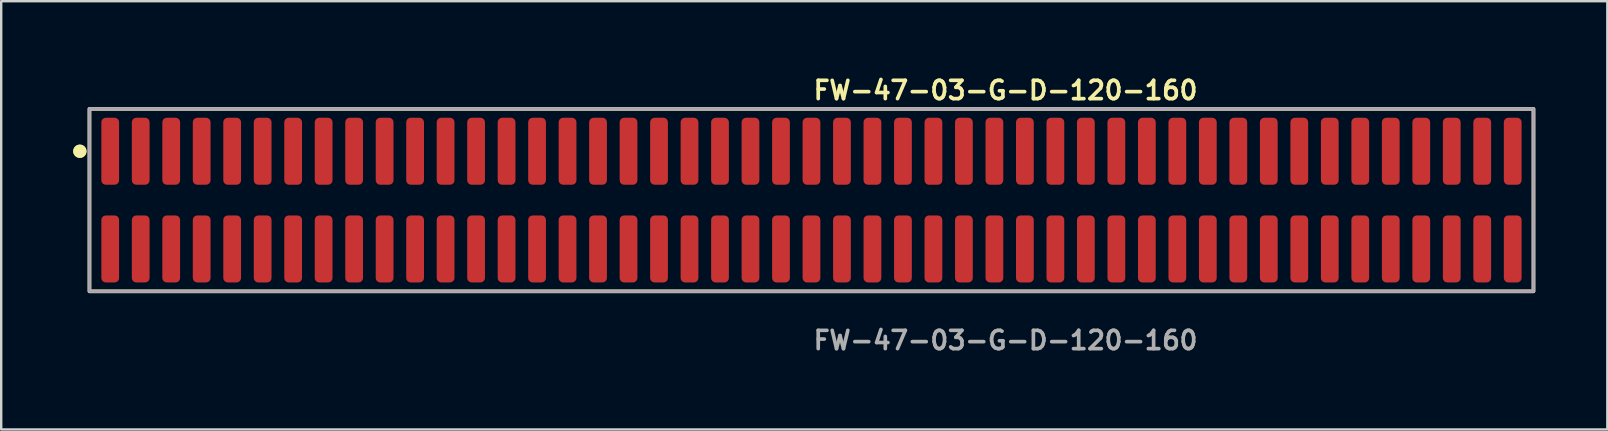
<source format=kicad_pcb>
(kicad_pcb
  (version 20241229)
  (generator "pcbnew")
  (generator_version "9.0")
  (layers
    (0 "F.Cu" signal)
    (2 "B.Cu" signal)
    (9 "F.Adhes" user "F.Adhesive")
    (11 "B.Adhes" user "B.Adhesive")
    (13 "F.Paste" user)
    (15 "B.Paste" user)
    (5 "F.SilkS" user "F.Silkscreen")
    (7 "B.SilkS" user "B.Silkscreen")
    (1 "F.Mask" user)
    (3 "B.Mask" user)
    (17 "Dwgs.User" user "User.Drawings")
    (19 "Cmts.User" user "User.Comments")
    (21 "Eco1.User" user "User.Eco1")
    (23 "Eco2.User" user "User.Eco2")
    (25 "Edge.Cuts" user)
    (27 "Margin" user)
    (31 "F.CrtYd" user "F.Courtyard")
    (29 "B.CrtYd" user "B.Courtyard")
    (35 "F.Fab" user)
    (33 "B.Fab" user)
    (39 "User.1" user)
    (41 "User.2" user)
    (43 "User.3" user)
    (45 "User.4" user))
  (footprint "FW-47-03-G-D-120-160"
    (layer "F.Cu")
    (at 30.751 5.285)
    (property "Reference" "FW-47-03-G-D-120-160" (at 0 -4.572 0) (unlocked yes) (layer "F.SilkS") (effects (font (size 0.762 0.762) (thickness 0.152)) (justify left)))
    (fp_rect (start -30.075 3.8) (end 30.075 -3.8) (stroke (width 0.152) (type solid)) (fill no) (layer "F.SilkS"))
    (fp_circle (center -30.475 -2.035) (end -30.675 -2.035) (stroke (width 0.152) (type solid)) (fill yes) (layer "F.SilkS"))
    (fp_circle (center -30.475 -2.035) (end -30.675 -2.035) (stroke (width 0.152) (type solid)) (fill yes) (layer "F.SilkS"))
    (fp_rect (start -30.075 3.8) (end 30.075 -3.8) (stroke (width 0.006) (type solid)) (fill no) (layer "F.CrtYd"))
    (fp_rect (start -30.075 3.8) (end 30.075 -3.8) (stroke (width 0.152) (type solid)) (fill no) (layer "F.Fab"))
    (fp_text user "${REFERENCE}" (at 0 5.842 0) (unlocked yes) (layer "F.Fab") (effects (font (size 0.762 0.762) (thickness 0.152)) (justify left)))
    (pad "1" smd roundrect (at -29.21 -2.035) (size 0.74 2.79) (layers "F.Cu" "F.Paste") (roundrect_rratio 0.25))
    (pad "2" smd roundrect (at -29.21 2.035) (size 0.74 2.79) (layers "F.Cu" "F.Paste") (roundrect_rratio 0.25))
    (pad "3" smd roundrect (at -27.94 -2.035) (size 0.74 2.79) (layers "F.Cu" "F.Paste") (roundrect_rratio 0.25))
    (pad "4" smd roundrect (at -27.94 2.035) (size 0.74 2.79) (layers "F.Cu" "F.Paste") (roundrect_rratio 0.25))
    (pad "5" smd roundrect (at -26.67 -2.035) (size 0.74 2.79) (layers "F.Cu" "F.Paste") (roundrect_rratio 0.25))
    (pad "6" smd roundrect (at -26.67 2.035) (size 0.74 2.79) (layers "F.Cu" "F.Paste") (roundrect_rratio 0.25))
    (pad "7" smd roundrect (at -25.4 -2.035) (size 0.74 2.79) (layers "F.Cu" "F.Paste") (roundrect_rratio 0.25))
    (pad "8" smd roundrect (at -25.4 2.035) (size 0.74 2.79) (layers "F.Cu" "F.Paste") (roundrect_rratio 0.25))
    (pad "9" smd roundrect (at -24.13 -2.035) (size 0.74 2.79) (layers "F.Cu" "F.Paste") (roundrect_rratio 0.25))
    (pad "10" smd roundrect (at -24.13 2.035) (size 0.74 2.79) (layers "F.Cu" "F.Paste") (roundrect_rratio 0.25))
    (pad "11" smd roundrect (at -22.86 -2.035) (size 0.74 2.79) (layers "F.Cu" "F.Paste") (roundrect_rratio 0.25))
    (pad "12" smd roundrect (at -22.86 2.035) (size 0.74 2.79) (layers "F.Cu" "F.Paste") (roundrect_rratio 0.25))
    (pad "13" smd roundrect (at -21.59 -2.035) (size 0.74 2.79) (layers "F.Cu" "F.Paste") (roundrect_rratio 0.25))
    (pad "14" smd roundrect (at -21.59 2.035) (size 0.74 2.79) (layers "F.Cu" "F.Paste") (roundrect_rratio 0.25))
    (pad "15" smd roundrect (at -20.32 -2.035) (size 0.74 2.79) (layers "F.Cu" "F.Paste") (roundrect_rratio 0.25))
    (pad "16" smd roundrect (at -20.32 2.035) (size 0.74 2.79) (layers "F.Cu" "F.Paste") (roundrect_rratio 0.25))
    (pad "17" smd roundrect (at -19.05 -2.035) (size 0.74 2.79) (layers "F.Cu" "F.Paste") (roundrect_rratio 0.25))
    (pad "18" smd roundrect (at -19.05 2.035) (size 0.74 2.79) (layers "F.Cu" "F.Paste") (roundrect_rratio 0.25))
    (pad "19" smd roundrect (at -17.78 -2.035) (size 0.74 2.79) (layers "F.Cu" "F.Paste") (roundrect_rratio 0.25))
    (pad "20" smd roundrect (at -17.78 2.035) (size 0.74 2.79) (layers "F.Cu" "F.Paste") (roundrect_rratio 0.25))
    (pad "21" smd roundrect (at -16.51 -2.035) (size 0.74 2.79) (layers "F.Cu" "F.Paste") (roundrect_rratio 0.25))
    (pad "22" smd roundrect (at -16.51 2.035) (size 0.74 2.79) (layers "F.Cu" "F.Paste") (roundrect_rratio 0.25))
    (pad "23" smd roundrect (at -15.24 -2.035) (size 0.74 2.79) (layers "F.Cu" "F.Paste") (roundrect_rratio 0.25))
    (pad "24" smd roundrect (at -15.24 2.035) (size 0.74 2.79) (layers "F.Cu" "F.Paste") (roundrect_rratio 0.25))
    (pad "25" smd roundrect (at -13.97 -2.035) (size 0.74 2.79) (layers "F.Cu" "F.Paste") (roundrect_rratio 0.25))
    (pad "26" smd roundrect (at -13.97 2.035) (size 0.74 2.79) (layers "F.Cu" "F.Paste") (roundrect_rratio 0.25))
    (pad "27" smd roundrect (at -12.7 -2.035) (size 0.74 2.79) (layers "F.Cu" "F.Paste") (roundrect_rratio 0.25))
    (pad "28" smd roundrect (at -12.7 2.035) (size 0.74 2.79) (layers "F.Cu" "F.Paste") (roundrect_rratio 0.25))
    (pad "29" smd roundrect (at -11.43 -2.035) (size 0.74 2.79) (layers "F.Cu" "F.Paste") (roundrect_rratio 0.25))
    (pad "30" smd roundrect (at -11.43 2.035) (size 0.74 2.79) (layers "F.Cu" "F.Paste") (roundrect_rratio 0.25))
    (pad "31" smd roundrect (at -10.16 -2.035) (size 0.74 2.79) (layers "F.Cu" "F.Paste") (roundrect_rratio 0.25))
    (pad "32" smd roundrect (at -10.16 2.035) (size 0.74 2.79) (layers "F.Cu" "F.Paste") (roundrect_rratio 0.25))
    (pad "33" smd roundrect (at -8.89 -2.035) (size 0.74 2.79) (layers "F.Cu" "F.Paste") (roundrect_rratio 0.25))
    (pad "34" smd roundrect (at -8.89 2.035) (size 0.74 2.79) (layers "F.Cu" "F.Paste") (roundrect_rratio 0.25))
    (pad "35" smd roundrect (at -7.62 -2.035) (size 0.74 2.79) (layers "F.Cu" "F.Paste") (roundrect_rratio 0.25))
    (pad "36" smd roundrect (at -7.62 2.035) (size 0.74 2.79) (layers "F.Cu" "F.Paste") (roundrect_rratio 0.25))
    (pad "37" smd roundrect (at -6.35 -2.035) (size 0.74 2.79) (layers "F.Cu" "F.Paste") (roundrect_rratio 0.25))
    (pad "38" smd roundrect (at -6.35 2.035) (size 0.74 2.79) (layers "F.Cu" "F.Paste") (roundrect_rratio 0.25))
    (pad "39" smd roundrect (at -5.08 -2.035) (size 0.74 2.79) (layers "F.Cu" "F.Paste") (roundrect_rratio 0.25))
    (pad "40" smd roundrect (at -5.08 2.035) (size 0.74 2.79) (layers "F.Cu" "F.Paste") (roundrect_rratio 0.25))
    (pad "41" smd roundrect (at -3.81 -2.035) (size 0.74 2.79) (layers "F.Cu" "F.Paste") (roundrect_rratio 0.25))
    (pad "42" smd roundrect (at -3.81 2.035) (size 0.74 2.79) (layers "F.Cu" "F.Paste") (roundrect_rratio 0.25))
    (pad "43" smd roundrect (at -2.54 -2.035) (size 0.74 2.79) (layers "F.Cu" "F.Paste") (roundrect_rratio 0.25))
    (pad "44" smd roundrect (at -2.54 2.035) (size 0.74 2.79) (layers "F.Cu" "F.Paste") (roundrect_rratio 0.25))
    (pad "45" smd roundrect (at -1.27 -2.035) (size 0.74 2.79) (layers "F.Cu" "F.Paste") (roundrect_rratio 0.25))
    (pad "46" smd roundrect (at -1.27 2.035) (size 0.74 2.79) (layers "F.Cu" "F.Paste") (roundrect_rratio 0.25))
    (pad "47" smd roundrect (at 0 -2.035) (size 0.74 2.79) (layers "F.Cu" "F.Paste") (roundrect_rratio 0.25))
    (pad "48" smd roundrect (at 0 2.035) (size 0.74 2.79) (layers "F.Cu" "F.Paste") (roundrect_rratio 0.25))
    (pad "49" smd roundrect (at 1.27 -2.035) (size 0.74 2.79) (layers "F.Cu" "F.Paste") (roundrect_rratio 0.25))
    (pad "50" smd roundrect (at 1.27 2.035) (size 0.74 2.79) (layers "F.Cu" "F.Paste") (roundrect_rratio 0.25))
    (pad "51" smd roundrect (at 2.54 -2.035) (size 0.74 2.79) (layers "F.Cu" "F.Paste") (roundrect_rratio 0.25))
    (pad "52" smd roundrect (at 2.54 2.035) (size 0.74 2.79) (layers "F.Cu" "F.Paste") (roundrect_rratio 0.25))
    (pad "53" smd roundrect (at 3.81 -2.035) (size 0.74 2.79) (layers "F.Cu" "F.Paste") (roundrect_rratio 0.25))
    (pad "54" smd roundrect (at 3.81 2.035) (size 0.74 2.79) (layers "F.Cu" "F.Paste") (roundrect_rratio 0.25))
    (pad "55" smd roundrect (at 5.08 -2.035) (size 0.74 2.79) (layers "F.Cu" "F.Paste") (roundrect_rratio 0.25))
    (pad "56" smd roundrect (at 5.08 2.035) (size 0.74 2.79) (layers "F.Cu" "F.Paste") (roundrect_rratio 0.25))
    (pad "57" smd roundrect (at 6.35 -2.035) (size 0.74 2.79) (layers "F.Cu" "F.Paste") (roundrect_rratio 0.25))
    (pad "58" smd roundrect (at 6.35 2.035) (size 0.74 2.79) (layers "F.Cu" "F.Paste") (roundrect_rratio 0.25))
    (pad "59" smd roundrect (at 7.62 -2.035) (size 0.74 2.79) (layers "F.Cu" "F.Paste") (roundrect_rratio 0.25))
    (pad "60" smd roundrect (at 7.62 2.035) (size 0.74 2.79) (layers "F.Cu" "F.Paste") (roundrect_rratio 0.25))
    (pad "61" smd roundrect (at 8.89 -2.035) (size 0.74 2.79) (layers "F.Cu" "F.Paste") (roundrect_rratio 0.25))
    (pad "62" smd roundrect (at 8.89 2.035) (size 0.74 2.79) (layers "F.Cu" "F.Paste") (roundrect_rratio 0.25))
    (pad "63" smd roundrect (at 10.16 -2.035) (size 0.74 2.79) (layers "F.Cu" "F.Paste") (roundrect_rratio 0.25))
    (pad "64" smd roundrect (at 10.16 2.035) (size 0.74 2.79) (layers "F.Cu" "F.Paste") (roundrect_rratio 0.25))
    (pad "65" smd roundrect (at 11.43 -2.035) (size 0.74 2.79) (layers "F.Cu" "F.Paste") (roundrect_rratio 0.25))
    (pad "66" smd roundrect (at 11.43 2.035) (size 0.74 2.79) (layers "F.Cu" "F.Paste") (roundrect_rratio 0.25))
    (pad "67" smd roundrect (at 12.7 -2.035) (size 0.74 2.79) (layers "F.Cu" "F.Paste") (roundrect_rratio 0.25))
    (pad "68" smd roundrect (at 12.7 2.035) (size 0.74 2.79) (layers "F.Cu" "F.Paste") (roundrect_rratio 0.25))
    (pad "69" smd roundrect (at 13.97 -2.035) (size 0.74 2.79) (layers "F.Cu" "F.Paste") (roundrect_rratio 0.25))
    (pad "70" smd roundrect (at 13.97 2.035) (size 0.74 2.79) (layers "F.Cu" "F.Paste") (roundrect_rratio 0.25))
    (pad "71" smd roundrect (at 15.24 -2.035) (size 0.74 2.79) (layers "F.Cu" "F.Paste") (roundrect_rratio 0.25))
    (pad "72" smd roundrect (at 15.24 2.035) (size 0.74 2.79) (layers "F.Cu" "F.Paste") (roundrect_rratio 0.25))
    (pad "73" smd roundrect (at 16.51 -2.035) (size 0.74 2.79) (layers "F.Cu" "F.Paste") (roundrect_rratio 0.25))
    (pad "74" smd roundrect (at 16.51 2.035) (size 0.74 2.79) (layers "F.Cu" "F.Paste") (roundrect_rratio 0.25))
    (pad "75" smd roundrect (at 17.78 -2.035) (size 0.74 2.79) (layers "F.Cu" "F.Paste") (roundrect_rratio 0.25))
    (pad "76" smd roundrect (at 17.78 2.035) (size 0.74 2.79) (layers "F.Cu" "F.Paste") (roundrect_rratio 0.25))
    (pad "77" smd roundrect (at 19.05 -2.035) (size 0.74 2.79) (layers "F.Cu" "F.Paste") (roundrect_rratio 0.25))
    (pad "78" smd roundrect (at 19.05 2.035) (size 0.74 2.79) (layers "F.Cu" "F.Paste") (roundrect_rratio 0.25))
    (pad "79" smd roundrect (at 20.32 -2.035) (size 0.74 2.79) (layers "F.Cu" "F.Paste") (roundrect_rratio 0.25))
    (pad "80" smd roundrect (at 20.32 2.035) (size 0.74 2.79) (layers "F.Cu" "F.Paste") (roundrect_rratio 0.25))
    (pad "81" smd roundrect (at 21.59 -2.035) (size 0.74 2.79) (layers "F.Cu" "F.Paste") (roundrect_rratio 0.25))
    (pad "82" smd roundrect (at 21.59 2.035) (size 0.74 2.79) (layers "F.Cu" "F.Paste") (roundrect_rratio 0.25))
    (pad "83" smd roundrect (at 22.86 -2.035) (size 0.74 2.79) (layers "F.Cu" "F.Paste") (roundrect_rratio 0.25))
    (pad "84" smd roundrect (at 22.86 2.035) (size 0.74 2.79) (layers "F.Cu" "F.Paste") (roundrect_rratio 0.25))
    (pad "85" smd roundrect (at 24.13 -2.035) (size 0.74 2.79) (layers "F.Cu" "F.Paste") (roundrect_rratio 0.25))
    (pad "86" smd roundrect (at 24.13 2.035) (size 0.74 2.79) (layers "F.Cu" "F.Paste") (roundrect_rratio 0.25))
    (pad "87" smd roundrect (at 25.4 -2.035) (size 0.74 2.79) (layers "F.Cu" "F.Paste") (roundrect_rratio 0.25))
    (pad "88" smd roundrect (at 25.4 2.035) (size 0.74 2.79) (layers "F.Cu" "F.Paste") (roundrect_rratio 0.25))
    (pad "89" smd roundrect (at 26.67 -2.035) (size 0.74 2.79) (layers "F.Cu" "F.Paste") (roundrect_rratio 0.25))
    (pad "90" smd roundrect (at 26.67 2.035) (size 0.74 2.79) (layers "F.Cu" "F.Paste") (roundrect_rratio 0.25))
    (pad "91" smd roundrect (at 27.94 -2.035) (size 0.74 2.79) (layers "F.Cu" "F.Paste") (roundrect_rratio 0.25))
    (pad "92" smd roundrect (at 27.94 2.035) (size 0.74 2.79) (layers "F.Cu" "F.Paste") (roundrect_rratio 0.25))
    (pad "93" smd roundrect (at 29.21 -2.035) (size 0.74 2.79) (layers "F.Cu" "F.Paste") (roundrect_rratio 0.25))
    (pad "94" smd roundrect (at 29.21 2.035) (size 0.74 2.79) (layers "F.Cu" "F.Paste") (roundrect_rratio 0.25)))
  (gr_rect
    (start -3 -3)
    (end 63.902 14.84)
    (stroke (width 0.1) (type default))
    (fill no)
    (layer "Edge.Cuts")))
</source>
